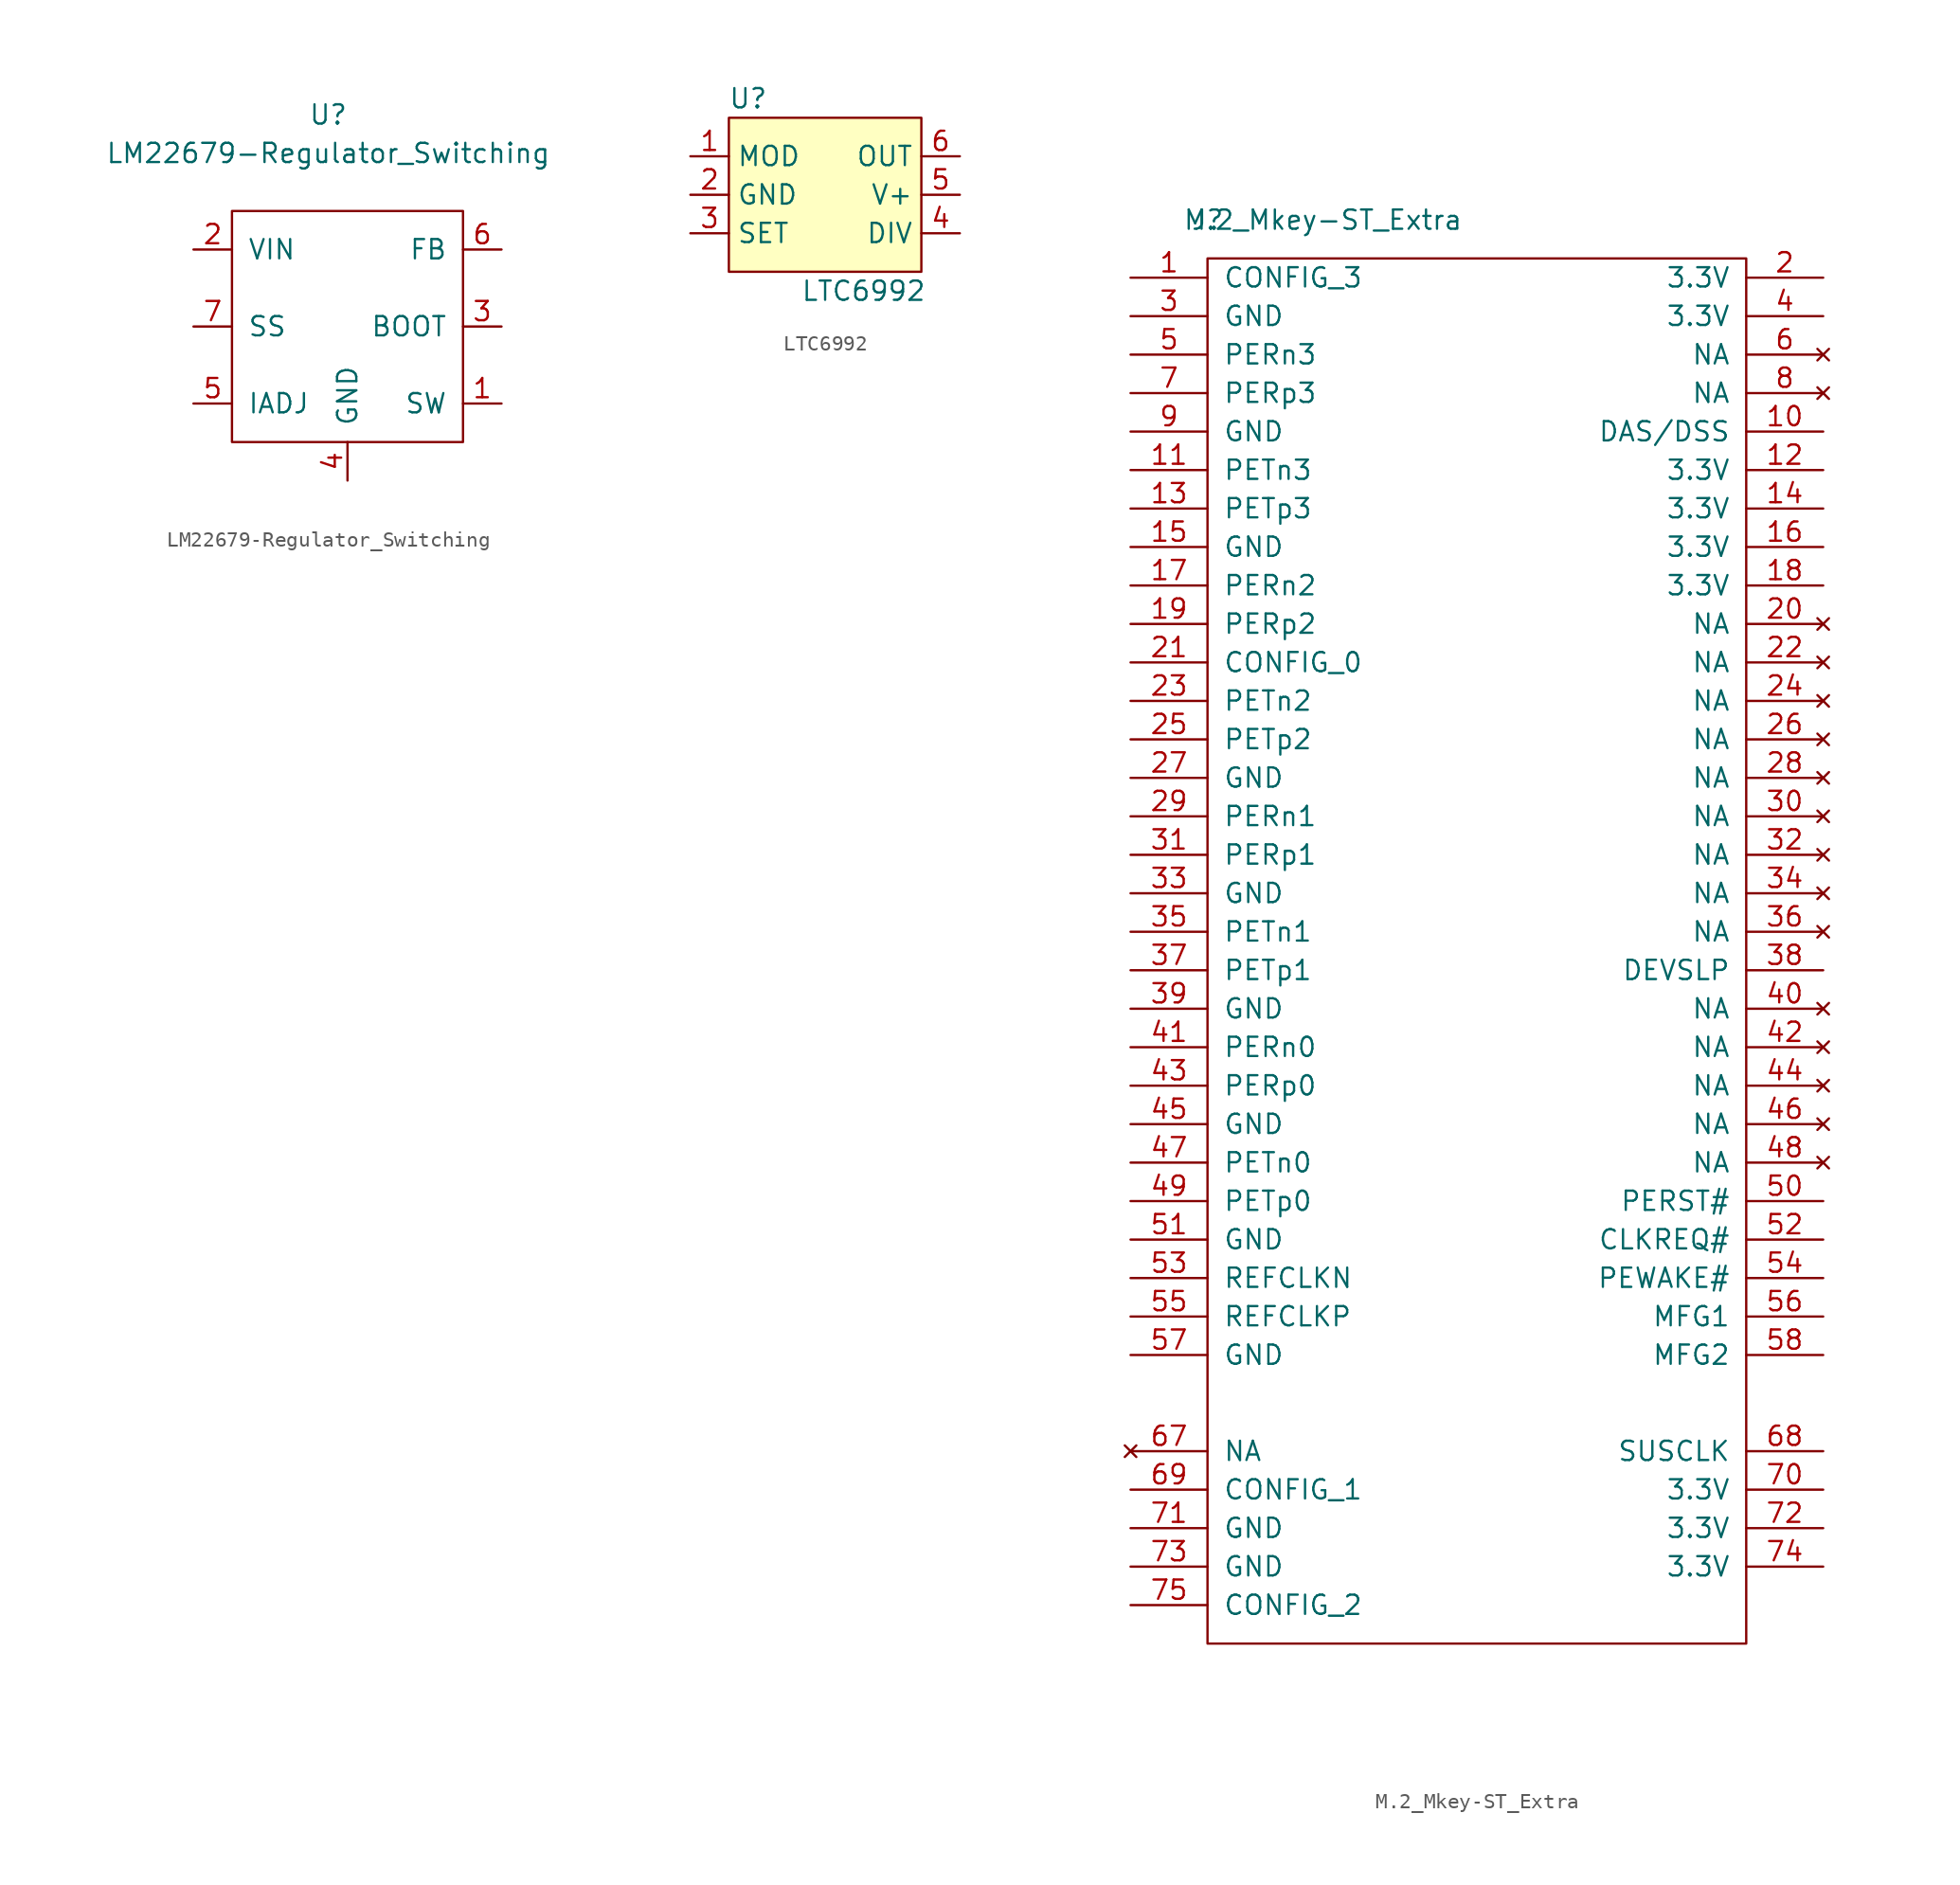
<source format=kicad_sym>
(kicad_symbol_lib
  (version 20211014)
  (generator kicad_symbol_editor)
  (symbol "LM22679-Regulator_Switching"
    (pin_names
      (offset 1.016))
    (property "Reference" "U"
      (at 0 13.97 0)
      (effects (font (size 1.27 1.27))))
    (property "Value" "LM22679-Regulator_Switching"
      (at 0 11.43 0)
      (effects (font (size 1.27 1.27))))
    (symbol "LM22679-Regulator_Switching_0_1"
      (rectangle (start -6.35 7.62) (end 8.89 -7.62) (stroke (width 0) (type default) (color 0 0 0 0)) (fill (type none))))
    (symbol "LM22679-Regulator_Switching_1_1"
      (pin power_out line (at 11.43 -5.08 180) (length 2.54) (name "SW" (effects (font (size 1.27 1.27)))) (number "1" (effects (font (size 1.27 1.27)))))
      (pin power_in line (at -8.89 5.08 0) (length 2.54) (name "VIN" (effects (font (size 1.27 1.27)))) (number "2" (effects (font (size 1.27 1.27)))))
      (pin output line (at 11.43 0 180) (length 2.54) (name "BOOT" (effects (font (size 1.27 1.27)))) (number "3" (effects (font (size 1.27 1.27)))))
      (pin passive line (at 1.27 -10.16 90) (length 2.54) (name "GND" (effects (font (size 1.27 1.27)))) (number "4" (effects (font (size 1.27 1.27)))))
      (pin input line (at -8.89 -5.08 0) (length 2.54) (name "IADJ" (effects (font (size 1.27 1.27)))) (number "5" (effects (font (size 1.27 1.27)))))
      (pin input line (at 11.43 5.08 180) (length 2.54) (name "FB" (effects (font (size 1.27 1.27)))) (number "6" (effects (font (size 1.27 1.27)))))
      (pin input line (at -8.89 0 0) (length 2.54) (name "SS" (effects (font (size 1.27 1.27)))) (number "7" (effects (font (size 1.27 1.27)))))))
  (symbol "LTC6992"
    (property "Reference" "U"
      (at -5.08 11.43 0)
      (effects (font (size 1.27 1.27))))
    (property "Value" "LTC6992"
      (at 2.54 -1.27 0)
      (effects (font (size 1.27 1.27))))
    (symbol "LTC6992_0_1"
      (rectangle (start -6.35 10.16) (end 6.35 0) (stroke (width 0.152) (type default) (color 0 0 0 0)) (fill (type background))))
    (symbol "LTC6992_1_1"
      (pin input line (at -8.89 7.62 0) (length 2.54) (name "MOD" (effects (font (size 1.27 1.27)))) (number "1" (effects (font (size 1.27 1.27)))))
      (pin power_in line (at -8.89 5.08 0) (length 2.54) (name "GND" (effects (font (size 1.27 1.27)))) (number "2" (effects (font (size 1.27 1.27)))))
      (pin input line (at -8.89 2.54 0) (length 2.54) (name "SET" (effects (font (size 1.27 1.27)))) (number "3" (effects (font (size 1.27 1.27)))))
      (pin input line (at 8.89 2.54 180) (length 2.54) (name "DIV" (effects (font (size 1.27 1.27)))) (number "4" (effects (font (size 1.27 1.27)))))
      (pin power_in line (at 8.89 5.08 180) (length 2.54) (name "V+" (effects (font (size 1.27 1.27)))) (number "5" (effects (font (size 1.27 1.27)))))
      (pin power_in line (at 8.89 7.62 180) (length 2.54) (name "OUT" (effects (font (size 1.27 1.27)))) (number "6" (effects (font (size 1.27 1.27)))))))
  (symbol "M.2_Mkey-ST_Extra"
    (pin_names
      (offset 1.016))
    (property "Reference" "J"
      (at -17.78 46.99 0)
      (effects (font (size 1.27 1.27))))
    (property "Value" "M.2_Mkey-ST_Extra"
      (at -10.16 46.99 0)
      (effects (font (size 1.27 1.27))))
    (symbol "M.2_Mkey-ST_Extra_0_1"
      (rectangle (start -17.78 44.45) (end 17.78 -46.99) (stroke (width 0) (type default) (color 0 0 0 0)) (fill (type none))))
    (symbol "M.2_Mkey-ST_Extra_1_1"
      (pin output line (at -22.86 43.18 0) (length 5.08) (name "CONFIG_3" (effects (font (size 1.27 1.27)))) (number "1" (effects (font (size 1.27 1.27)))))
      (pin input line (at 22.86 33.02 180) (length 5.08) (name "DAS/DSS" (effects (font (size 1.27 1.27)))) (number "10" (effects (font (size 1.27 1.27)))))
      (pin output line (at -22.86 30.48 0) (length 5.08) (name "PETn3" (effects (font (size 1.27 1.27)))) (number "11" (effects (font (size 1.27 1.27)))))
      (pin power_in line (at 22.86 30.48 180) (length 5.08) (name "3.3V" (effects (font (size 1.27 1.27)))) (number "12" (effects (font (size 1.27 1.27)))))
      (pin output line (at -22.86 27.94 0) (length 5.08) (name "PETp3" (effects (font (size 1.27 1.27)))) (number "13" (effects (font (size 1.27 1.27)))))
      (pin power_in line (at 22.86 27.94 180) (length 5.08) (name "3.3V" (effects (font (size 1.27 1.27)))) (number "14" (effects (font (size 1.27 1.27)))))
      (pin power_in line (at -22.86 25.4 0) (length 5.08) (name "GND" (effects (font (size 1.27 1.27)))) (number "15" (effects (font (size 1.27 1.27)))))
      (pin power_in line (at 22.86 25.4 180) (length 5.08) (name "3.3V" (effects (font (size 1.27 1.27)))) (number "16" (effects (font (size 1.27 1.27)))))
      (pin input line (at -22.86 22.86 0) (length 5.08) (name "PERn2" (effects (font (size 1.27 1.27)))) (number "17" (effects (font (size 1.27 1.27)))))
      (pin power_in line (at 22.86 22.86 180) (length 5.08) (name "3.3V" (effects (font (size 1.27 1.27)))) (number "18" (effects (font (size 1.27 1.27)))))
      (pin input line (at -22.86 20.32 0) (length 5.08) (name "PERp2" (effects (font (size 1.27 1.27)))) (number "19" (effects (font (size 1.27 1.27)))))
      (pin power_in line (at 22.86 43.18 180) (length 5.08) (name "3.3V" (effects (font (size 1.27 1.27)))) (number "2" (effects (font (size 1.27 1.27)))))
      (pin no_connect line (at 22.86 20.32 180) (length 5.08) (name "NA" (effects (font (size 1.27 1.27)))) (number "20" (effects (font (size 1.27 1.27)))))
      (pin output line (at -22.86 17.78 0) (length 5.08) (name "CONFIG_0" (effects (font (size 1.27 1.27)))) (number "21" (effects (font (size 1.27 1.27)))))
      (pin no_connect line (at 22.86 17.78 180) (length 5.08) (name "NA" (effects (font (size 1.27 1.27)))) (number "22" (effects (font (size 1.27 1.27)))))
      (pin output line (at -22.86 15.24 0) (length 5.08) (name "PETn2" (effects (font (size 1.27 1.27)))) (number "23" (effects (font (size 1.27 1.27)))))
      (pin no_connect line (at 22.86 15.24 180) (length 5.08) (name "NA" (effects (font (size 1.27 1.27)))) (number "24" (effects (font (size 1.27 1.27)))))
      (pin output line (at -22.86 12.7 0) (length 5.08) (name "PETp2" (effects (font (size 1.27 1.27)))) (number "25" (effects (font (size 1.27 1.27)))))
      (pin no_connect line (at 22.86 12.7 180) (length 5.08) (name "NA" (effects (font (size 1.27 1.27)))) (number "26" (effects (font (size 1.27 1.27)))))
      (pin power_in line (at -22.86 10.16 0) (length 5.08) (name "GND" (effects (font (size 1.27 1.27)))) (number "27" (effects (font (size 1.27 1.27)))))
      (pin no_connect line (at 22.86 10.16 180) (length 5.08) (name "NA" (effects (font (size 1.27 1.27)))) (number "28" (effects (font (size 1.27 1.27)))))
      (pin input line (at -22.86 7.62 0) (length 5.08) (name "PERn1" (effects (font (size 1.27 1.27)))) (number "29" (effects (font (size 1.27 1.27)))))
      (pin power_in line (at -22.86 40.64 0) (length 5.08) (name "GND" (effects (font (size 1.27 1.27)))) (number "3" (effects (font (size 1.27 1.27)))))
      (pin no_connect line (at 22.86 7.62 180) (length 5.08) (name "NA" (effects (font (size 1.27 1.27)))) (number "30" (effects (font (size 1.27 1.27)))))
      (pin input line (at -22.86 5.08 0) (length 5.08) (name "PERp1" (effects (font (size 1.27 1.27)))) (number "31" (effects (font (size 1.27 1.27)))))
      (pin no_connect line (at 22.86 5.08 180) (length 5.08) (name "NA" (effects (font (size 1.27 1.27)))) (number "32" (effects (font (size 1.27 1.27)))))
      (pin power_in line (at -22.86 2.54 0) (length 5.08) (name "GND" (effects (font (size 1.27 1.27)))) (number "33" (effects (font (size 1.27 1.27)))))
      (pin no_connect line (at 22.86 2.54 180) (length 5.08) (name "NA" (effects (font (size 1.27 1.27)))) (number "34" (effects (font (size 1.27 1.27)))))
      (pin output line (at -22.86 0 0) (length 5.08) (name "PETn1" (effects (font (size 1.27 1.27)))) (number "35" (effects (font (size 1.27 1.27)))))
      (pin no_connect line (at 22.86 0 180) (length 5.08) (name "NA" (effects (font (size 1.27 1.27)))) (number "36" (effects (font (size 1.27 1.27)))))
      (pin output line (at -22.86 -2.54 0) (length 5.08) (name "PETp1" (effects (font (size 1.27 1.27)))) (number "37" (effects (font (size 1.27 1.27)))))
      (pin input line (at 22.86 -2.54 180) (length 5.08) (name "DEVSLP" (effects (font (size 1.27 1.27)))) (number "38" (effects (font (size 1.27 1.27)))))
      (pin power_in line (at -22.86 -5.08 0) (length 5.08) (name "GND" (effects (font (size 1.27 1.27)))) (number "39" (effects (font (size 1.27 1.27)))))
      (pin power_in line (at 22.86 40.64 180) (length 5.08) (name "3.3V" (effects (font (size 1.27 1.27)))) (number "4" (effects (font (size 1.27 1.27)))))
      (pin no_connect line (at 22.86 -5.08 180) (length 5.08) (name "NA" (effects (font (size 1.27 1.27)))) (number "40" (effects (font (size 1.27 1.27)))))
      (pin input line (at -22.86 -7.62 0) (length 5.08) (name "PERn0" (effects (font (size 1.27 1.27)))) (number "41" (effects (font (size 1.27 1.27)))))
      (pin no_connect line (at 22.86 -7.62 180) (length 5.08) (name "NA" (effects (font (size 1.27 1.27)))) (number "42" (effects (font (size 1.27 1.27)))))
      (pin input line (at -22.86 -10.16 0) (length 5.08) (name "PERp0" (effects (font (size 1.27 1.27)))) (number "43" (effects (font (size 1.27 1.27)))))
      (pin no_connect line (at 22.86 -10.16 180) (length 5.08) (name "NA" (effects (font (size 1.27 1.27)))) (number "44" (effects (font (size 1.27 1.27)))))
      (pin power_in line (at -22.86 -12.7 0) (length 5.08) (name "GND" (effects (font (size 1.27 1.27)))) (number "45" (effects (font (size 1.27 1.27)))))
      (pin no_connect line (at 22.86 -12.7 180) (length 5.08) (name "NA" (effects (font (size 1.27 1.27)))) (number "46" (effects (font (size 1.27 1.27)))))
      (pin output line (at -22.86 -15.24 0) (length 5.08) (name "PETn0" (effects (font (size 1.27 1.27)))) (number "47" (effects (font (size 1.27 1.27)))))
      (pin no_connect line (at 22.86 -15.24 180) (length 5.08) (name "NA" (effects (font (size 1.27 1.27)))) (number "48" (effects (font (size 1.27 1.27)))))
      (pin output line (at -22.86 -17.78 0) (length 5.08) (name "PETp0" (effects (font (size 1.27 1.27)))) (number "49" (effects (font (size 1.27 1.27)))))
      (pin input line (at -22.86 38.1 0) (length 5.08) (name "PERn3" (effects (font (size 1.27 1.27)))) (number "5" (effects (font (size 1.27 1.27)))))
      (pin input line (at 22.86 -17.78 180) (length 5.08) (name "PERST#" (effects (font (size 1.27 1.27)))) (number "50" (effects (font (size 1.27 1.27)))))
      (pin power_in line (at -22.86 -20.32 0) (length 5.08) (name "GND" (effects (font (size 1.27 1.27)))) (number "51" (effects (font (size 1.27 1.27)))))
      (pin output line (at 22.86 -20.32 180) (length 5.08) (name "CLKREQ#" (effects (font (size 1.27 1.27)))) (number "52" (effects (font (size 1.27 1.27)))))
      (pin input line (at -22.86 -22.86 0) (length 5.08) (name "REFCLKN" (effects (font (size 1.27 1.27)))) (number "53" (effects (font (size 1.27 1.27)))))
      (pin output line (at 22.86 -22.86 180) (length 5.08) (name "PEWAKE#" (effects (font (size 1.27 1.27)))) (number "54" (effects (font (size 1.27 1.27)))))
      (pin input line (at -22.86 -25.4 0) (length 5.08) (name "REFCLKP" (effects (font (size 1.27 1.27)))) (number "55" (effects (font (size 1.27 1.27)))))
      (pin output line (at 22.86 -25.4 180) (length 5.08) (name "MFG1" (effects (font (size 1.27 1.27)))) (number "56" (effects (font (size 1.27 1.27)))))
      (pin power_in line (at -22.86 -27.94 0) (length 5.08) (name "GND" (effects (font (size 1.27 1.27)))) (number "57" (effects (font (size 1.27 1.27)))))
      (pin output line (at 22.86 -27.94 180) (length 5.08) (name "MFG2" (effects (font (size 1.27 1.27)))) (number "58" (effects (font (size 1.27 1.27)))))
      (pin no_connect line (at 22.86 38.1 180) (length 5.08) (name "NA" (effects (font (size 1.27 1.27)))) (number "6" (effects (font (size 1.27 1.27)))))
      (pin no_connect line (at -22.86 -34.29 0) (length 5.08) (name "NA" (effects (font (size 1.27 1.27)))) (number "67" (effects (font (size 1.27 1.27)))))
      (pin input line (at 22.86 -34.29 180) (length 5.08) (name "SUSCLK" (effects (font (size 1.27 1.27)))) (number "68" (effects (font (size 1.27 1.27)))))
      (pin output line (at -22.86 -36.83 0) (length 5.08) (name "CONFIG_1" (effects (font (size 1.27 1.27)))) (number "69" (effects (font (size 1.27 1.27)))))
      (pin input line (at -22.86 35.56 0) (length 5.08) (name "PERp3" (effects (font (size 1.27 1.27)))) (number "7" (effects (font (size 1.27 1.27)))))
      (pin power_in line (at 22.86 -36.83 180) (length 5.08) (name "3.3V" (effects (font (size 1.27 1.27)))) (number "70" (effects (font (size 1.27 1.27)))))
      (pin power_in line (at -22.86 -39.37 0) (length 5.08) (name "GND" (effects (font (size 1.27 1.27)))) (number "71" (effects (font (size 1.27 1.27)))))
      (pin power_in line (at 22.86 -39.37 180) (length 5.08) (name "3.3V" (effects (font (size 1.27 1.27)))) (number "72" (effects (font (size 1.27 1.27)))))
      (pin power_in line (at -22.86 -41.91 0) (length 5.08) (name "GND" (effects (font (size 1.27 1.27)))) (number "73" (effects (font (size 1.27 1.27)))))
      (pin power_in line (at 22.86 -41.91 180) (length 5.08) (name "3.3V" (effects (font (size 1.27 1.27)))) (number "74" (effects (font (size 1.27 1.27)))))
      (pin output line (at -22.86 -44.45 0) (length 5.08) (name "CONFIG_2" (effects (font (size 1.27 1.27)))) (number "75" (effects (font (size 1.27 1.27)))))
      (pin no_connect line (at 22.86 35.56 180) (length 5.08) (name "NA" (effects (font (size 1.27 1.27)))) (number "8" (effects (font (size 1.27 1.27)))))
      (pin power_in line (at -22.86 33.02 0) (length 5.08) (name "GND" (effects (font (size 1.27 1.27)))) (number "9" (effects (font (size 1.27 1.27))))))))
</source>
